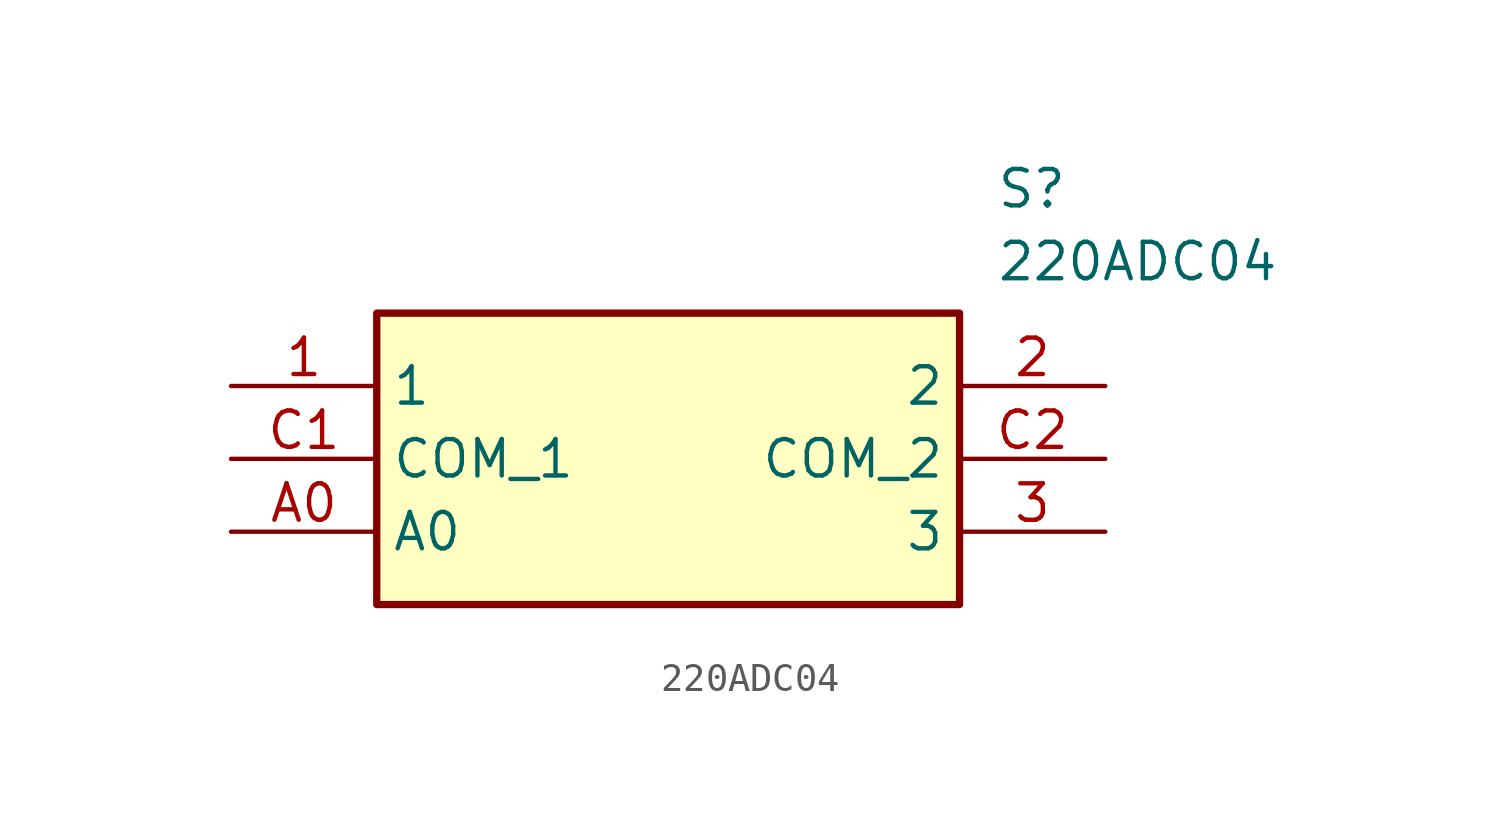
<source format=kicad_sym>
(kicad_symbol_lib
  (version 20211014)
  (generator SamacSys_ECAD_Model)
  (symbol "220ADC04"
    (property "Reference" "S"
      (at 26.67 7.62 0)
      (effects (font (size 1.27 1.27)) (justify left top)))
    (property "Value" "220ADC04"
      (at 26.67 5.08 0)
      (effects (font (size 1.27 1.27)) (justify left top)))
    (rectangle
      (start 5.08 2.54)
      (end 25.4 -7.62)
      (stroke (width 0.254) (type default))
      (fill (type background)))
    (pin passive line
      (at 0 0 0)
      (length 5.08)
      (name "1" (effects (font (size 1.27 1.27))))
      (number "1" (effects (font (size 1.27 1.27)))))
    (pin passive line
      (at 30.48 0 180)
      (length 5.08)
      (name "2" (effects (font (size 1.27 1.27))))
      (number "2" (effects (font (size 1.27 1.27)))))
    (pin passive line
      (at 30.48 -5.08 180)
      (length 5.08)
      (name "3" (effects (font (size 1.27 1.27))))
      (number "3" (effects (font (size 1.27 1.27)))))
    (pin passive line
      (at 0 -5.08 0)
      (length 5.08)
      (name "A0" (effects (font (size 1.27 1.27))))
      (number "A0" (effects (font (size 1.27 1.27)))))
    (pin passive line
      (at 0 -2.54 0)
      (length 5.08)
      (name "COM_1" (effects (font (size 1.27 1.27))))
      (number "C1" (effects (font (size 1.27 1.27)))))
    (pin passive line
      (at 30.48 -2.54 180)
      (length 5.08)
      (name "COM_2" (effects (font (size 1.27 1.27))))
      (number "C2" (effects (font (size 1.27 1.27)))))))
</source>
